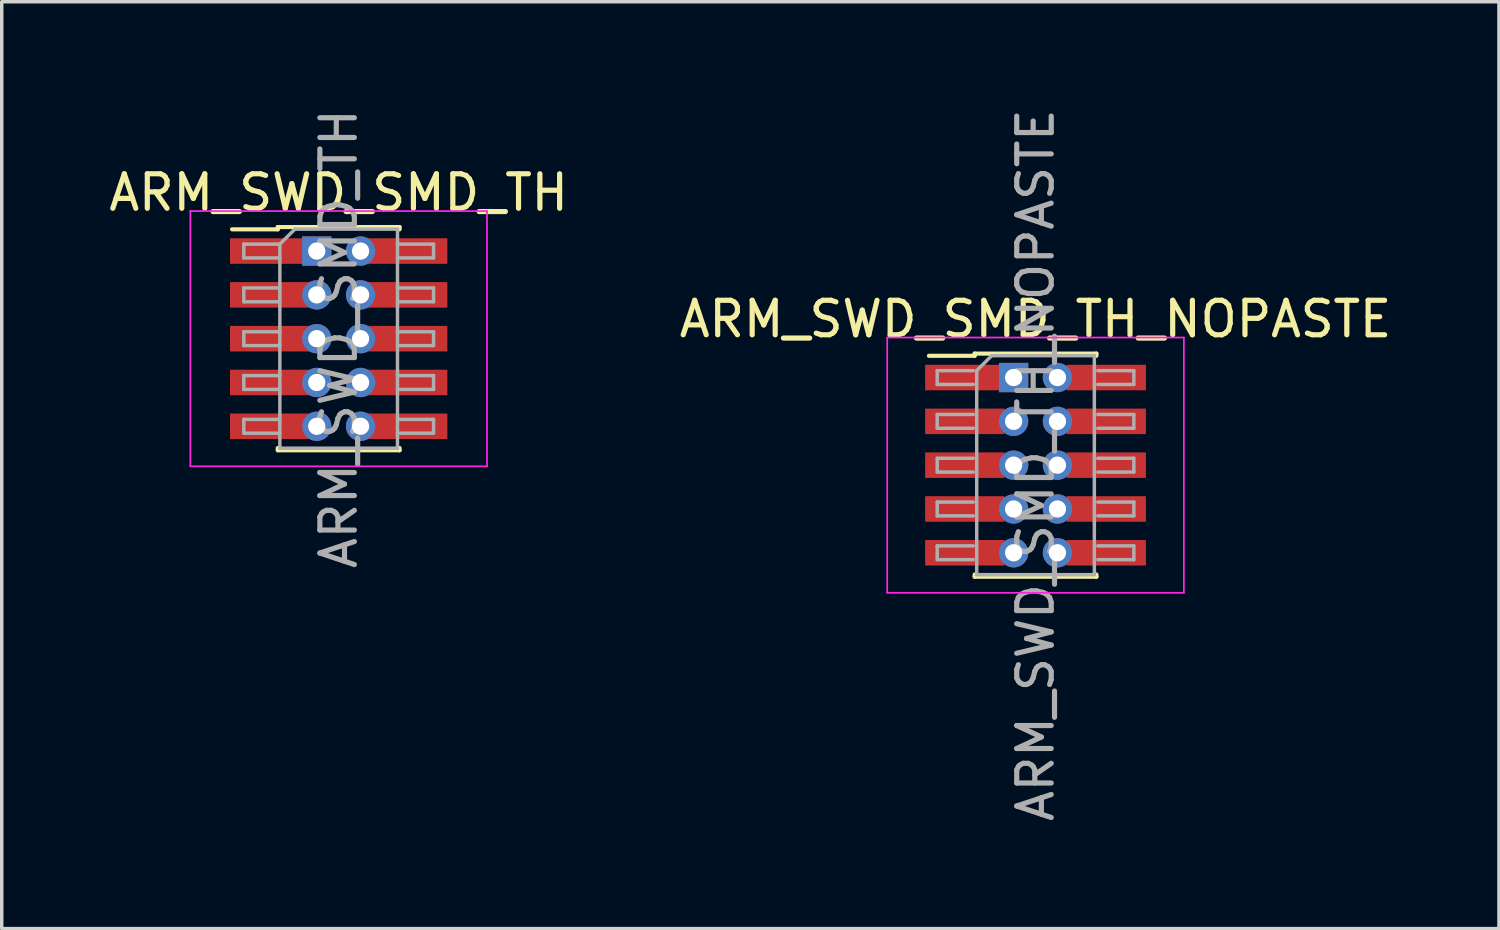
<source format=kicad_pcb>
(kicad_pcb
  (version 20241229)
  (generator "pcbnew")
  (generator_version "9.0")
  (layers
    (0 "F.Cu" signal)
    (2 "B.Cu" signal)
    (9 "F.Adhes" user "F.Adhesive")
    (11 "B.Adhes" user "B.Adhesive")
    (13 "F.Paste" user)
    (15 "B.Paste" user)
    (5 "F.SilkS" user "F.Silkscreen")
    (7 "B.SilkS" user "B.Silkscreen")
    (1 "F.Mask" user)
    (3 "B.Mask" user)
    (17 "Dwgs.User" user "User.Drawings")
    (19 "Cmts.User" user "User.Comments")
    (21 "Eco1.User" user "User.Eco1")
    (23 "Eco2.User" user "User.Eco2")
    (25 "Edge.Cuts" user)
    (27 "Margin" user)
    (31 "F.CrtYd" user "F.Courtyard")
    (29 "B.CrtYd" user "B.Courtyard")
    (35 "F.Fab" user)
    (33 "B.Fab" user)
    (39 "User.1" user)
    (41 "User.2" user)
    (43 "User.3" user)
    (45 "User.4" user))
  (footprint "ARM_SWD_SMD_TH"
    (layer "F.Cu")
    (at 6.768 6.768)
    (property "Reference" "ARM_SWD_SMD_TH" (at 0 -4.235 0) (layer "F.SilkS") (effects (font (size 1 1) (thickness 0.15))))
    (attr smd)
    (fp_line (start -3.09 -3.17) (end -1.765 -3.17) (stroke (width 0.12) (type solid)) (layer "F.SilkS"))
    (fp_line (start -1.765 -3.235) (end -1.765 -3.17) (stroke (width 0.12) (type solid)) (layer "F.SilkS"))
    (fp_line (start -1.765 -3.235) (end 1.765 -3.235) (stroke (width 0.12) (type solid)) (layer "F.SilkS"))
    (fp_line (start -1.765 3.17) (end -1.765 3.235) (stroke (width 0.12) (type solid)) (layer "F.SilkS"))
    (fp_line (start -1.765 3.235) (end 1.765 3.235) (stroke (width 0.12) (type solid)) (layer "F.SilkS"))
    (fp_line (start 1.765 -3.235) (end 1.765 -3.17) (stroke (width 0.12) (type solid)) (layer "F.SilkS"))
    (fp_line (start 1.765 3.17) (end 1.765 3.235) (stroke (width 0.12) (type solid)) (layer "F.SilkS"))
    (fp_line (start -4.3 -3.7) (end -4.3 3.7) (stroke (width 0.05) (type solid)) (layer "F.CrtYd"))
    (fp_line (start -4.3 3.7) (end 4.3 3.7) (stroke (width 0.05) (type solid)) (layer "F.CrtYd"))
    (fp_line (start 4.3 -3.7) (end -4.3 -3.7) (stroke (width 0.05) (type solid)) (layer "F.CrtYd"))
    (fp_line (start 4.3 3.7) (end 4.3 -3.7) (stroke (width 0.05) (type solid)) (layer "F.CrtYd"))
    (fp_line (start -2.75 -2.74) (end -2.75 -2.34) (stroke (width 0.1) (type solid)) (layer "F.Fab"))
    (fp_line (start -2.75 -2.34) (end -1.705 -2.34) (stroke (width 0.1) (type solid)) (layer "F.Fab"))
    (fp_line (start -2.75 -1.47) (end -2.75 -1.07) (stroke (width 0.1) (type solid)) (layer "F.Fab"))
    (fp_line (start -2.75 -1.07) (end -1.705 -1.07) (stroke (width 0.1) (type solid)) (layer "F.Fab"))
    (fp_line (start -2.75 -0.2) (end -2.75 0.2) (stroke (width 0.1) (type solid)) (layer "F.Fab"))
    (fp_line (start -2.75 0.2) (end -1.705 0.2) (stroke (width 0.1) (type solid)) (layer "F.Fab"))
    (fp_line (start -2.75 1.07) (end -2.75 1.47) (stroke (width 0.1) (type solid)) (layer "F.Fab"))
    (fp_line (start -2.75 1.47) (end -1.705 1.47) (stroke (width 0.1) (type solid)) (layer "F.Fab"))
    (fp_line (start -2.75 2.34) (end -2.75 2.74) (stroke (width 0.1) (type solid)) (layer "F.Fab"))
    (fp_line (start -2.75 2.74) (end -1.705 2.74) (stroke (width 0.1) (type solid)) (layer "F.Fab"))
    (fp_line (start -1.705 -2.74) (end -2.75 -2.74) (stroke (width 0.1) (type solid)) (layer "F.Fab"))
    (fp_line (start -1.705 -2.74) (end -1.27 -3.175) (stroke (width 0.1) (type solid)) (layer "F.Fab"))
    (fp_line (start -1.705 -1.47) (end -2.75 -1.47) (stroke (width 0.1) (type solid)) (layer "F.Fab"))
    (fp_line (start -1.705 -0.2) (end -2.75 -0.2) (stroke (width 0.1) (type solid)) (layer "F.Fab"))
    (fp_line (start -1.705 1.07) (end -2.75 1.07) (stroke (width 0.1) (type solid)) (layer "F.Fab"))
    (fp_line (start -1.705 2.34) (end -2.75 2.34) (stroke (width 0.1) (type solid)) (layer "F.Fab"))
    (fp_line (start -1.705 3.175) (end -1.705 -2.74) (stroke (width 0.1) (type solid)) (layer "F.Fab"))
    (fp_line (start -1.27 -3.175) (end 1.705 -3.175) (stroke (width 0.1) (type solid)) (layer "F.Fab"))
    (fp_line (start 1.705 -3.175) (end 1.705 3.175) (stroke (width 0.1) (type solid)) (layer "F.Fab"))
    (fp_line (start 1.705 -2.74) (end 2.75 -2.74) (stroke (width 0.1) (type solid)) (layer "F.Fab"))
    (fp_line (start 1.705 -1.47) (end 2.75 -1.47) (stroke (width 0.1) (type solid)) (layer "F.Fab"))
    (fp_line (start 1.705 -0.2) (end 2.75 -0.2) (stroke (width 0.1) (type solid)) (layer "F.Fab"))
    (fp_line (start 1.705 1.07) (end 2.75 1.07) (stroke (width 0.1) (type solid)) (layer "F.Fab"))
    (fp_line (start 1.705 2.34) (end 2.75 2.34) (stroke (width 0.1) (type solid)) (layer "F.Fab"))
    (fp_line (start 1.705 3.175) (end -1.705 3.175) (stroke (width 0.1) (type solid)) (layer "F.Fab"))
    (fp_line (start 2.75 -2.74) (end 2.75 -2.34) (stroke (width 0.1) (type solid)) (layer "F.Fab"))
    (fp_line (start 2.75 -2.34) (end 1.705 -2.34) (stroke (width 0.1) (type solid)) (layer "F.Fab"))
    (fp_line (start 2.75 -1.47) (end 2.75 -1.07) (stroke (width 0.1) (type solid)) (layer "F.Fab"))
    (fp_line (start 2.75 -1.07) (end 1.705 -1.07) (stroke (width 0.1) (type solid)) (layer "F.Fab"))
    (fp_line (start 2.75 -0.2) (end 2.75 0.2) (stroke (width 0.1) (type solid)) (layer "F.Fab"))
    (fp_line (start 2.75 0.2) (end 1.705 0.2) (stroke (width 0.1) (type solid)) (layer "F.Fab"))
    (fp_line (start 2.75 1.07) (end 2.75 1.47) (stroke (width 0.1) (type solid)) (layer "F.Fab"))
    (fp_line (start 2.75 1.47) (end 1.705 1.47) (stroke (width 0.1) (type solid)) (layer "F.Fab"))
    (fp_line (start 2.75 2.34) (end 2.75 2.74) (stroke (width 0.1) (type solid)) (layer "F.Fab"))
    (fp_line (start 2.75 2.74) (end 1.705 2.74) (stroke (width 0.1) (type solid)) (layer "F.Fab"))
    (fp_text user "${REFERENCE}" (at 0 0 90) (layer "F.Fab") (effects (font (size 1 1) (thickness 0.15))))
    (pad "1" smd rect (at -1.95 -2.54) (size 2.4 0.74) (layers "F.Cu" "F.Mask" "F.Paste"))
    (pad "1" thru_hole rect (at -0.635 -2.54) (size 0.85 0.85) (drill 0.5) (layers "*.Cu" "*.Mask"))
    (pad "2" thru_hole circle (at 0.635 -2.54) (size 0.85 0.85) (drill 0.5) (layers "*.Cu" "*.Mask"))
    (pad "2" smd rect (at 1.95 -2.54) (size 2.4 0.74) (layers "F.Cu" "F.Mask" "F.Paste"))
    (pad "3" smd rect (at -1.95 -1.27) (size 2.4 0.74) (layers "F.Cu" "F.Mask" "F.Paste"))
    (pad "3" thru_hole circle (at -0.635 -1.27) (size 0.85 0.85) (drill 0.5) (layers "*.Cu" "*.Mask"))
    (pad "4" thru_hole circle (at 0.635 -1.27) (size 0.85 0.85) (drill 0.5) (layers "*.Cu" "*.Mask"))
    (pad "4" smd rect (at 1.95 -1.27) (size 2.4 0.74) (layers "F.Cu" "F.Mask" "F.Paste"))
    (pad "5" smd rect (at -1.95 0) (size 2.4 0.74) (layers "F.Cu" "F.Mask" "F.Paste"))
    (pad "5" thru_hole circle (at -0.635 0) (size 0.85 0.85) (drill 0.5) (layers "*.Cu" "*.Mask"))
    (pad "6" thru_hole circle (at 0.635 0) (size 0.85 0.85) (drill 0.5) (layers "*.Cu" "*.Mask"))
    (pad "6" smd rect (at 1.95 0) (size 2.4 0.74) (layers "F.Cu" "F.Mask" "F.Paste"))
    (pad "7" smd rect (at -1.95 1.27) (size 2.4 0.74) (layers "F.Cu" "F.Mask" "F.Paste"))
    (pad "7" thru_hole circle (at -0.635 1.27) (size 0.85 0.85) (drill 0.5) (layers "*.Cu" "*.Mask"))
    (pad "8" thru_hole circle (at 0.635 1.27) (size 0.85 0.85) (drill 0.5) (layers "*.Cu" "*.Mask"))
    (pad "8" smd rect (at 1.95 1.27) (size 2.4 0.74) (layers "F.Cu" "F.Mask" "F.Paste"))
    (pad "9" smd rect (at -1.95 2.54) (size 2.4 0.74) (layers "F.Cu" "F.Mask" "F.Paste"))
    (pad "9" thru_hole circle (at -0.635 2.54) (size 0.85 0.85) (drill 0.5) (layers "*.Cu" "*.Mask"))
    (pad "10" thru_hole circle (at 0.635 2.54) (size 0.85 0.85) (drill 0.5) (layers "*.Cu" "*.Mask"))
    (pad "10" smd rect (at 1.95 2.54) (size 2.4 0.74) (layers "F.Cu" "F.Mask" "F.Paste")))
  (footprint "ARM_SWD_SMD_TH_NOPASTE"
    (layer "F.Cu")
    (at 26.97 10.435)
    (property "Reference" "ARM_SWD_SMD_TH_NOPASTE" (at 0 -4.235 0) (layer "F.SilkS") (effects (font (size 1 1) (thickness 0.15))))
    (attr smd)
    (fp_line (start -3.09 -3.17) (end -1.765 -3.17) (stroke (width 0.12) (type solid)) (layer "F.SilkS"))
    (fp_line (start -1.765 -3.235) (end -1.765 -3.17) (stroke (width 0.12) (type solid)) (layer "F.SilkS"))
    (fp_line (start -1.765 -3.235) (end 1.765 -3.235) (stroke (width 0.12) (type solid)) (layer "F.SilkS"))
    (fp_line (start -1.765 3.17) (end -1.765 3.235) (stroke (width 0.12) (type solid)) (layer "F.SilkS"))
    (fp_line (start -1.765 3.235) (end 1.765 3.235) (stroke (width 0.12) (type solid)) (layer "F.SilkS"))
    (fp_line (start 1.765 -3.235) (end 1.765 -3.17) (stroke (width 0.12) (type solid)) (layer "F.SilkS"))
    (fp_line (start 1.765 3.17) (end 1.765 3.235) (stroke (width 0.12) (type solid)) (layer "F.SilkS"))
    (fp_line (start -4.3 -3.7) (end -4.3 3.7) (stroke (width 0.05) (type solid)) (layer "F.CrtYd"))
    (fp_line (start -4.3 3.7) (end 4.3 3.7) (stroke (width 0.05) (type solid)) (layer "F.CrtYd"))
    (fp_line (start 4.3 -3.7) (end -4.3 -3.7) (stroke (width 0.05) (type solid)) (layer "F.CrtYd"))
    (fp_line (start 4.3 3.7) (end 4.3 -3.7) (stroke (width 0.05) (type solid)) (layer "F.CrtYd"))
    (fp_line (start -2.85 -2.74) (end -2.85 -2.34) (stroke (width 0.1) (type solid)) (layer "F.Fab"))
    (fp_line (start -2.85 -2.34) (end -1.805 -2.34) (stroke (width 0.1) (type solid)) (layer "F.Fab"))
    (fp_line (start -2.85 -1.47) (end -2.85 -1.07) (stroke (width 0.1) (type solid)) (layer "F.Fab"))
    (fp_line (start -2.85 -1.07) (end -1.805 -1.07) (stroke (width 0.1) (type solid)) (layer "F.Fab"))
    (fp_line (start -2.85 -0.2) (end -2.85 0.2) (stroke (width 0.1) (type solid)) (layer "F.Fab"))
    (fp_line (start -2.85 0.2) (end -1.805 0.2) (stroke (width 0.1) (type solid)) (layer "F.Fab"))
    (fp_line (start -2.85 1.07) (end -2.85 1.47) (stroke (width 0.1) (type solid)) (layer "F.Fab"))
    (fp_line (start -2.85 1.47) (end -1.805 1.47) (stroke (width 0.1) (type solid)) (layer "F.Fab"))
    (fp_line (start -2.85 2.34) (end -2.85 2.74) (stroke (width 0.1) (type solid)) (layer "F.Fab"))
    (fp_line (start -2.85 2.74) (end -1.805 2.74) (stroke (width 0.1) (type solid)) (layer "F.Fab"))
    (fp_line (start -1.805 -2.74) (end -2.85 -2.74) (stroke (width 0.1) (type solid)) (layer "F.Fab"))
    (fp_line (start -1.805 -1.47) (end -2.85 -1.47) (stroke (width 0.1) (type solid)) (layer "F.Fab"))
    (fp_line (start -1.805 -0.2) (end -2.85 -0.2) (stroke (width 0.1) (type solid)) (layer "F.Fab"))
    (fp_line (start -1.805 1.07) (end -2.85 1.07) (stroke (width 0.1) (type solid)) (layer "F.Fab"))
    (fp_line (start -1.805 2.34) (end -2.85 2.34) (stroke (width 0.1) (type solid)) (layer "F.Fab"))
    (fp_line (start -1.705 -2.74) (end -1.27 -3.175) (stroke (width 0.1) (type solid)) (layer "F.Fab"))
    (fp_line (start -1.705 3.175) (end -1.705 -2.74) (stroke (width 0.1) (type solid)) (layer "F.Fab"))
    (fp_line (start -1.27 -3.175) (end 1.705 -3.175) (stroke (width 0.1) (type solid)) (layer "F.Fab"))
    (fp_line (start 1.705 -3.175) (end 1.705 3.175) (stroke (width 0.1) (type solid)) (layer "F.Fab"))
    (fp_line (start 1.705 3.175) (end -1.705 3.175) (stroke (width 0.1) (type solid)) (layer "F.Fab"))
    (fp_line (start 1.805 -2.74) (end 2.85 -2.74) (stroke (width 0.1) (type solid)) (layer "F.Fab"))
    (fp_line (start 1.805 -1.47) (end 2.85 -1.47) (stroke (width 0.1) (type solid)) (layer "F.Fab"))
    (fp_line (start 1.805 -0.2) (end 2.85 -0.2) (stroke (width 0.1) (type solid)) (layer "F.Fab"))
    (fp_line (start 1.805 1.07) (end 2.85 1.07) (stroke (width 0.1) (type solid)) (layer "F.Fab"))
    (fp_line (start 1.805 2.34) (end 2.85 2.34) (stroke (width 0.1) (type solid)) (layer "F.Fab"))
    (fp_line (start 2.85 -2.74) (end 2.85 -2.34) (stroke (width 0.1) (type solid)) (layer "F.Fab"))
    (fp_line (start 2.85 -2.34) (end 1.805 -2.34) (stroke (width 0.1) (type solid)) (layer "F.Fab"))
    (fp_line (start 2.85 -1.47) (end 2.85 -1.07) (stroke (width 0.1) (type solid)) (layer "F.Fab"))
    (fp_line (start 2.85 -1.07) (end 1.805 -1.07) (stroke (width 0.1) (type solid)) (layer "F.Fab"))
    (fp_line (start 2.85 -0.2) (end 2.85 0.2) (stroke (width 0.1) (type solid)) (layer "F.Fab"))
    (fp_line (start 2.85 0.2) (end 1.805 0.2) (stroke (width 0.1) (type solid)) (layer "F.Fab"))
    (fp_line (start 2.85 1.07) (end 2.85 1.47) (stroke (width 0.1) (type solid)) (layer "F.Fab"))
    (fp_line (start 2.85 1.47) (end 1.805 1.47) (stroke (width 0.1) (type solid)) (layer "F.Fab"))
    (fp_line (start 2.85 2.34) (end 2.85 2.74) (stroke (width 0.1) (type solid)) (layer "F.Fab"))
    (fp_line (start 2.85 2.74) (end 1.805 2.74) (stroke (width 0.1) (type solid)) (layer "F.Fab"))
    (fp_text user "${REFERENCE}" (at 0 0 90) (layer "F.Fab") (effects (font (size 1 1) (thickness 0.15))))
    (pad "1" smd rect (at -2.05 -2.54) (size 2.3 0.74) (layers "F.Cu" "F.Mask"))
    (pad "1" thru_hole rect (at -0.635 -2.54) (size 0.85 0.85) (drill 0.5) (layers "*.Cu" "*.Mask"))
    (pad "2" thru_hole circle (at 0.635 -2.54) (size 0.85 0.85) (drill 0.5) (layers "*.Cu" "*.Mask"))
    (pad "2" smd rect (at 2.05 -2.54) (size 2.3 0.74) (layers "F.Cu" "F.Mask"))
    (pad "3" smd rect (at -2.05 -1.27) (size 2.3 0.74) (layers "F.Cu" "F.Mask" "F.Paste"))
    (pad "3" thru_hole circle (at -0.635 -1.27) (size 0.85 0.85) (drill 0.5) (layers "*.Cu" "*.Mask"))
    (pad "4" thru_hole circle (at 0.635 -1.27) (size 0.85 0.85) (drill 0.5) (layers "*.Cu" "*.Mask"))
    (pad "4" smd rect (at 2.05 -1.27) (size 2.3 0.74) (layers "F.Cu" "F.Mask"))
    (pad "5" smd rect (at -2.05 0) (size 2.3 0.74) (layers "F.Cu" "F.Mask"))
    (pad "5" thru_hole circle (at -0.635 0) (size 0.85 0.85) (drill 0.5) (layers "*.Cu" "*.Mask"))
    (pad "6" thru_hole circle (at 0.635 0) (size 0.85 0.85) (drill 0.5) (layers "*.Cu" "*.Mask"))
    (pad "6" smd rect (at 2.05 0) (size 2.3 0.74) (layers "F.Cu" "F.Mask"))
    (pad "7" smd rect (at -2.05 1.27) (size 2.3 0.74) (layers "F.Cu" "F.Mask"))
    (pad "7" thru_hole circle (at -0.635 1.27) (size 0.85 0.85) (drill 0.5) (layers "*.Cu" "*.Mask"))
    (pad "8" thru_hole circle (at 0.635 1.27) (size 0.85 0.85) (drill 0.5) (layers "*.Cu" "*.Mask"))
    (pad "8" smd rect (at 2.05 1.27) (size 2.3 0.74) (layers "F.Cu" "F.Mask"))
    (pad "9" smd rect (at -2.05 2.54) (size 2.3 0.74) (layers "F.Cu" "F.Mask"))
    (pad "9" thru_hole circle (at -0.635 2.54) (size 0.85 0.85) (drill 0.5) (layers "*.Cu" "*.Mask"))
    (pad "10" thru_hole circle (at 0.635 2.54) (size 0.85 0.85) (drill 0.5) (layers "*.Cu" "*.Mask"))
    (pad "10" smd rect (at 2.05 2.54) (size 2.3 0.74) (layers "F.Cu" "F.Mask")))
  (gr_rect
    (start -3 -3)
    (end 40.405 23.869)
    (stroke (width 0.1) (type default))
    (fill no)
    (layer "Edge.Cuts")))
</source>
